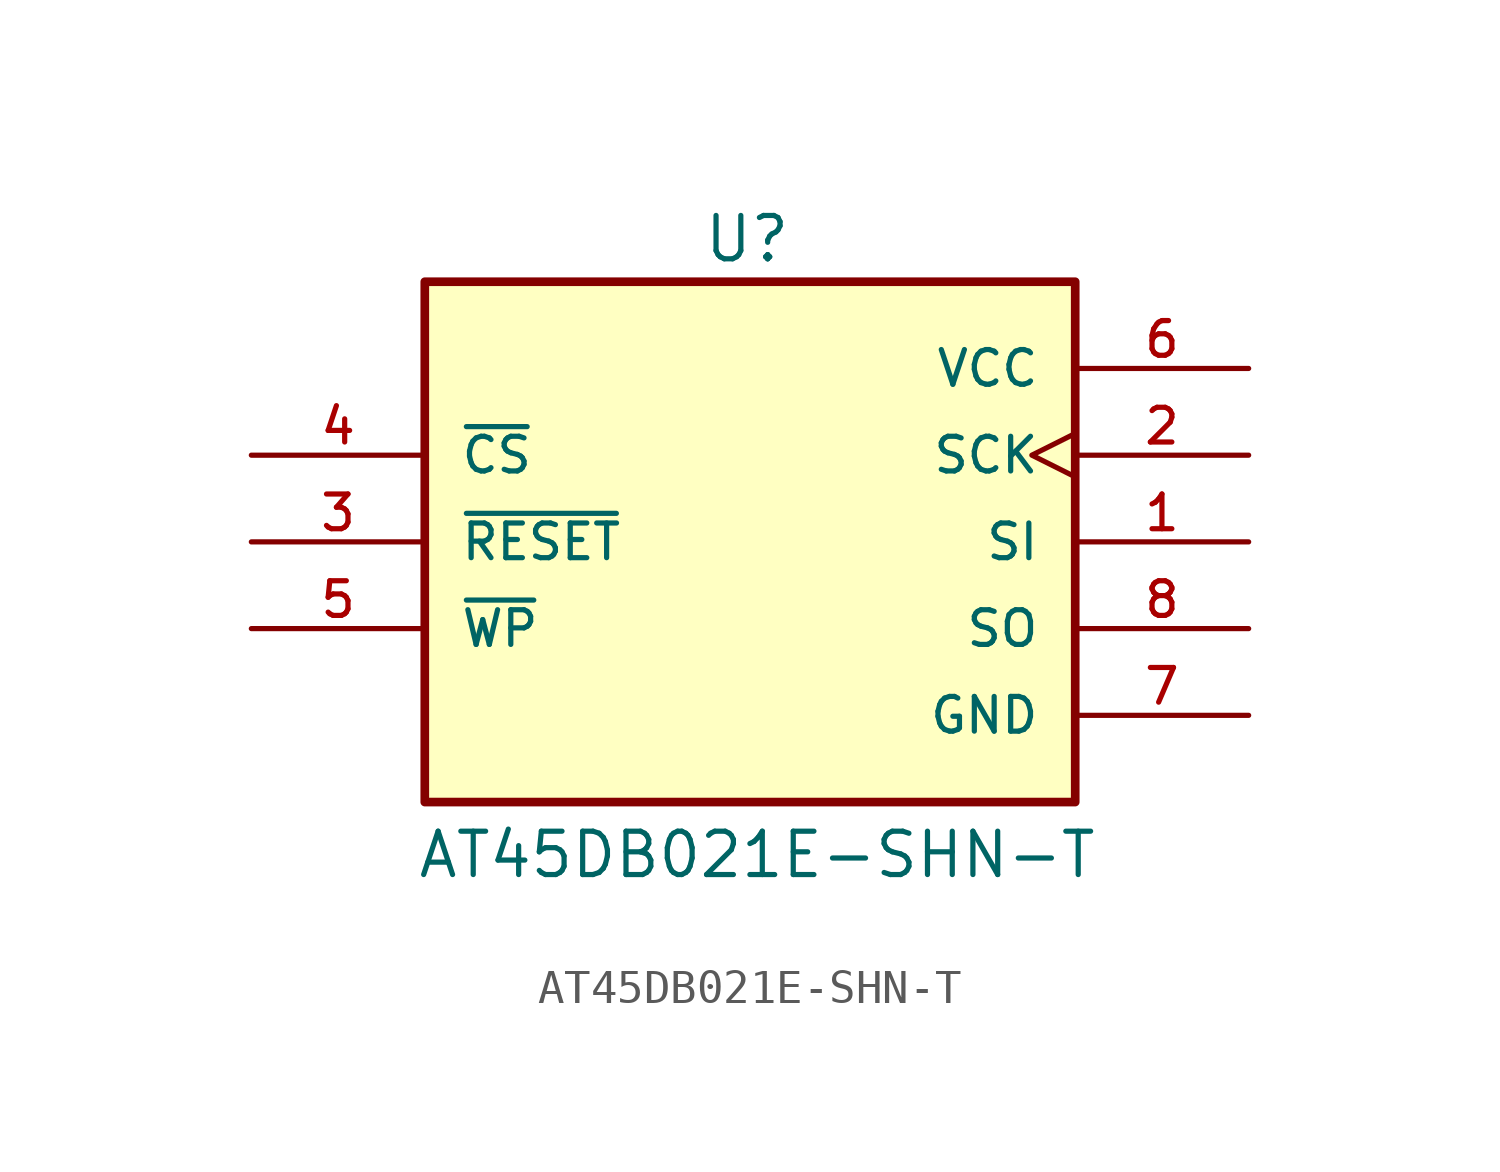
<source format=kicad_sym>
(kicad_symbol_lib
  (version 20241209)
  (generator "kicad_symbol_editor")
  (generator_version "9.0")
  (symbol "AT45DB021E-SHN-T"
    (pin_names
      (offset 1.016))
    (property "Reference" "U"
      (at -0.762 9.398 0)
      (effects (font (size 1.27 1.27)) (justify left bottom)))
    (property "Value" "AT45DB021E-SHN-T"
      (at -9.144 -8.636 0)
      (effects (font (size 1.27 1.27)) (justify left bottom)))
    (symbol "AT45DB021E-SHN-T_0_0"
      (rectangle (start -8.89 8.89) (end 10.16 -6.35) (stroke (width 0.254) (type default)) (fill (type background)))
      (pin input line (at -13.97 3.81 0) (length 5.08) (name "~{CS}" (effects (font (size 1.016 1.016)))) (number "4" (effects (font (size 1.016 1.016)))))
      (pin input line (at -13.97 1.27 0) (length 5.08) (name "~{RESET}" (effects (font (size 1.016 1.016)))) (number "3" (effects (font (size 1.016 1.016)))))
      (pin input line (at -13.97 -1.27 0) (length 5.08) (name "~{WP}" (effects (font (size 1.016 1.016)))) (number "5" (effects (font (size 1.016 1.016)))))
      (pin power_in line (at 15.24 6.35 180) (length 5.08) (name "VCC" (effects (font (size 1.016 1.016)))) (number "6" (effects (font (size 1.016 1.016)))))
      (pin input clock (at 15.24 3.81 180) (length 5.08) (name "SCK" (effects (font (size 1.016 1.016)))) (number "2" (effects (font (size 1.016 1.016)))))
      (pin input line (at 15.24 1.27 180) (length 5.08) (name "SI" (effects (font (size 1.016 1.016)))) (number "1" (effects (font (size 1.016 1.016)))))
      (pin output line (at 15.24 -1.27 180) (length 5.08) (name "SO" (effects (font (size 1.016 1.016)))) (number "8" (effects (font (size 1.016 1.016)))))
      (pin power_in line (at 15.24 -3.81 180) (length 5.08) (name "GND" (effects (font (size 1.016 1.016)))) (number "7" (effects (font (size 1.016 1.016))))))))
</source>
